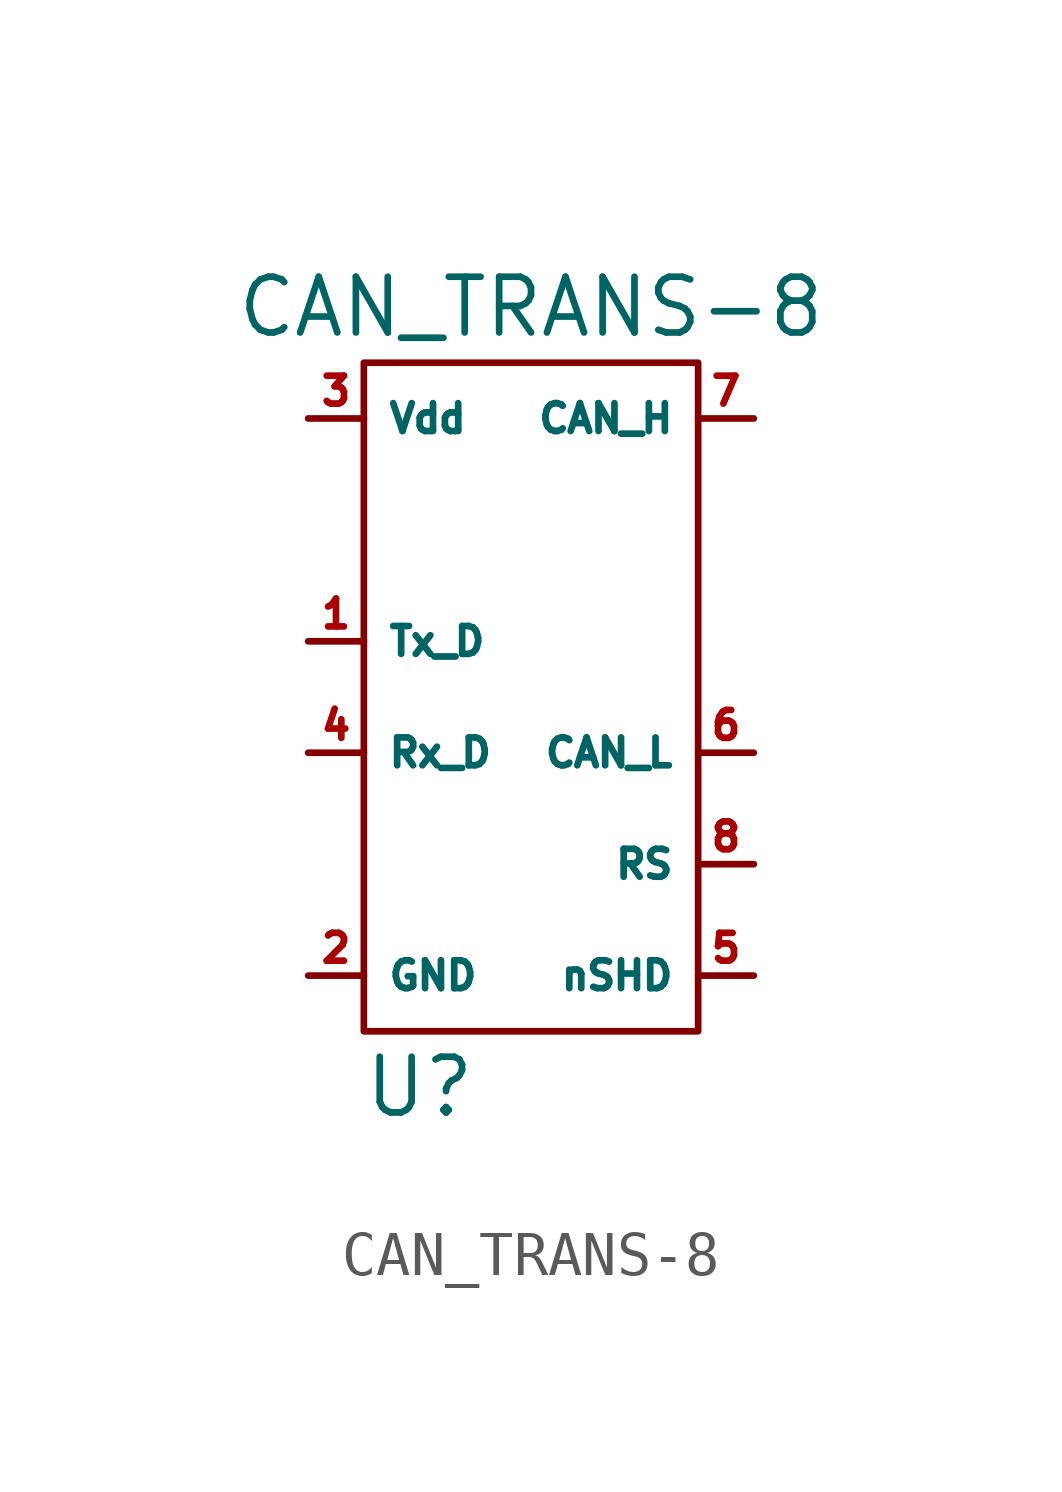
<source format=kicad_sym>
(kicad_symbol_lib
  (version 20211014)
  (generator kicad_symbol_editor)
  (symbol "CAN_TRANS-8"
    (property "Reference" "U"
      (at -2.54 -10.16 0)
      (effects (font (size 1.27 1.27))))
    (property "Value" "CAN_TRANS-8"
      (at 0 7.62 0)
      (effects (font (size 1.27 1.27))))
    (symbol "CAN_TRANS-8_0_1"
      (rectangle (start -3.81 6.35) (end 3.81 -8.89) (stroke (width 0) (type default) (color 0 0 0 0)) (fill (type none))))
    (symbol "CAN_TRANS-8_1_1"
      (pin input line (at -5.08 0 0) (length 1.27) (name "Tx_D" (effects (font (size 0.635 0.635)))) (number "1" (effects (font (size 0.635 0.635)))))
      (pin power_in line (at -5.08 -7.62 0) (length 1.27) (name "GND" (effects (font (size 0.635 0.635)))) (number "2" (effects (font (size 0.635 0.635)))))
      (pin power_in line (at -5.08 5.08 0) (length 1.27) (name "Vdd" (effects (font (size 0.635 0.635)))) (number "3" (effects (font (size 0.635 0.635)))))
      (pin output line (at -5.08 -2.54 0) (length 1.27) (name "Rx_D" (effects (font (size 0.635 0.635)))) (number "4" (effects (font (size 0.635 0.635)))))
      (pin input line (at 5.08 -7.62 180) (length 1.27) (name "nSHD" (effects (font (size 0.635 0.635)))) (number "5" (effects (font (size 0.635 0.635)))))
      (pin bidirectional line (at 5.08 -2.54 180) (length 1.27) (name "CAN_L" (effects (font (size 0.635 0.635)))) (number "6" (effects (font (size 0.635 0.635)))))
      (pin bidirectional line (at 5.08 5.08 180) (length 1.27) (name "CAN_H" (effects (font (size 0.635 0.635)))) (number "7" (effects (font (size 0.635 0.635)))))
      (pin input line (at 5.08 -5.08 180) (length 1.27) (name "RS" (effects (font (size 0.635 0.635)))) (number "8" (effects (font (size 0.635 0.635))))))))
</source>
